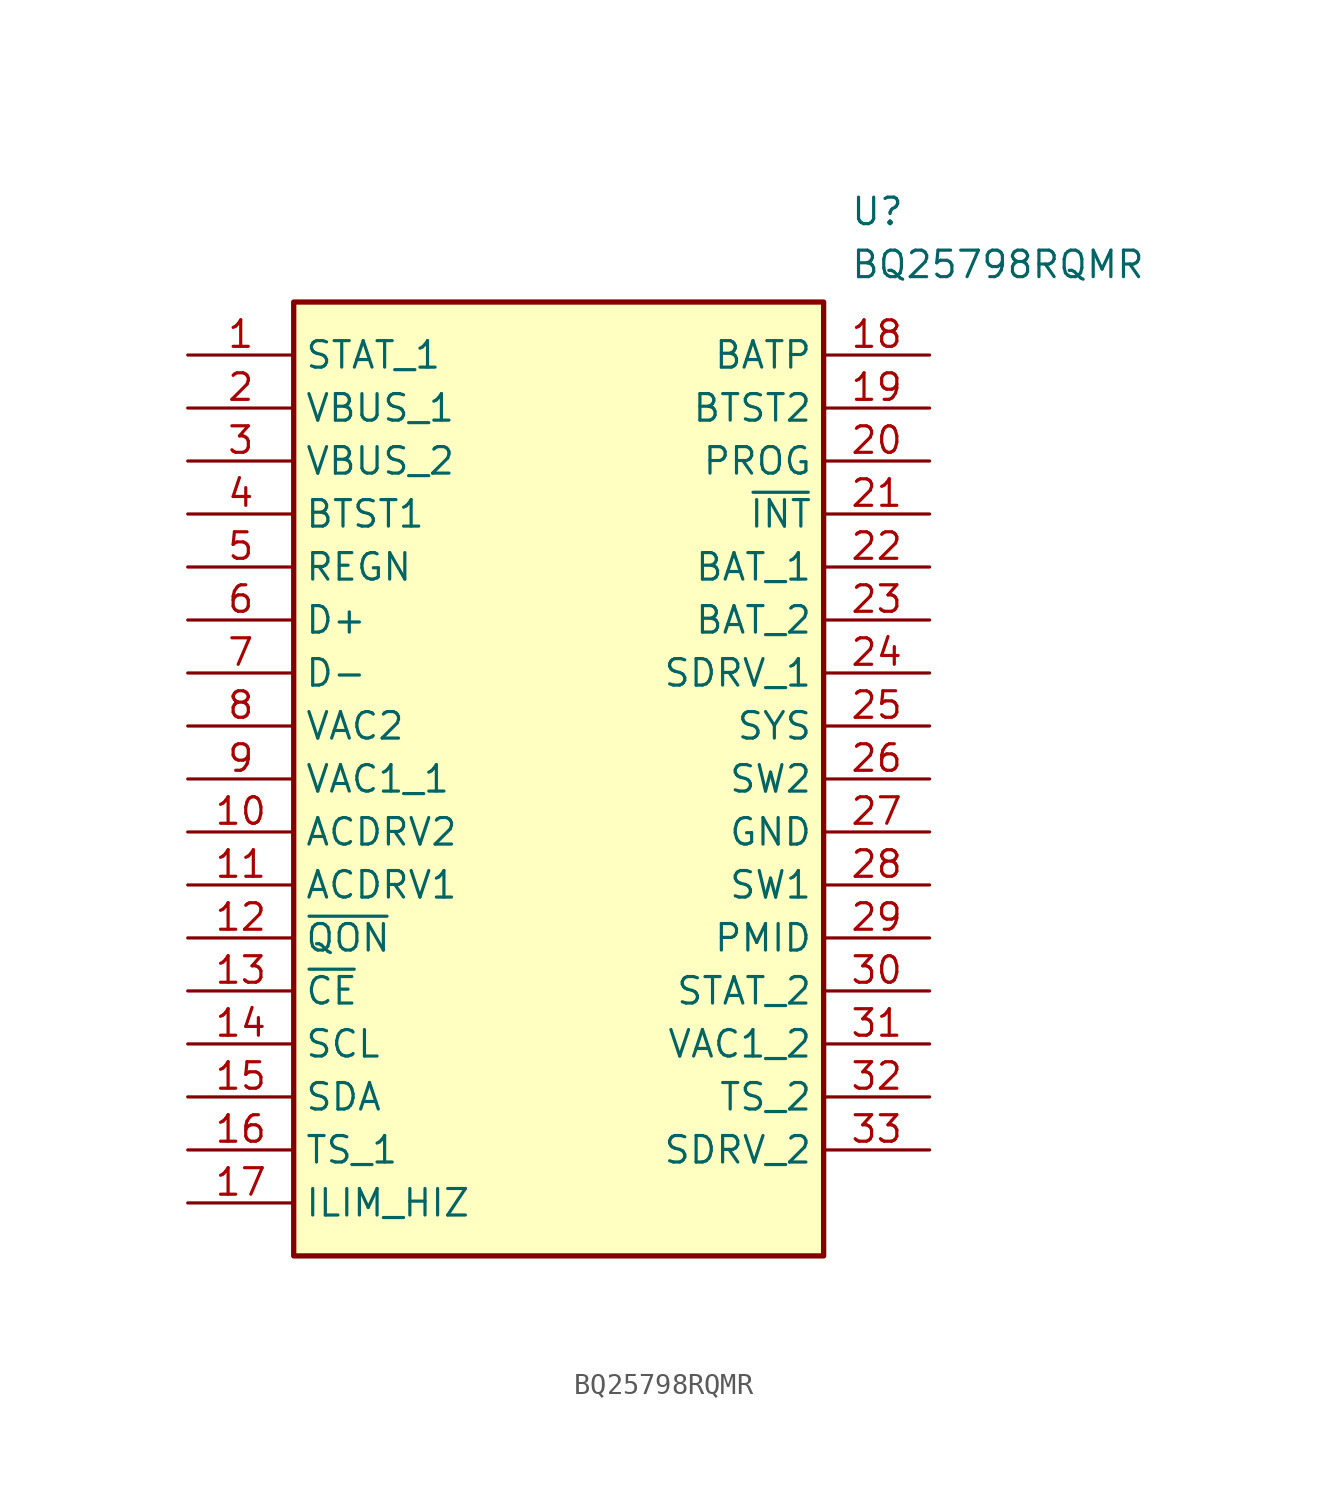
<source format=kicad_sym>
(kicad_symbol_lib
  (version 20241209)
  (generator "kicad_symbol_editor")
  (generator_version "9.0")
  (symbol "BQ25798RQMR"
    (property "Reference" "U"
      (at 31.75 7.62 0)
      (effects (font (size 1.27 1.27)) (justify left top)))
    (property "Value" "BQ25798RQMR"
      (at 31.75 5.08 0)
      (effects (font (size 1.27 1.27)) (justify left top)))
    (symbol "BQ25798RQMR_1_1"
      (rectangle (start 5.08 2.54) (end 30.48 -43.18) (stroke (width 0.254) (type default)) (fill (type background)))
      (pin passive line (at 0 0 0) (length 5.08) (name "STAT_1" (effects (font (size 1.27 1.27)))) (number "1" (effects (font (size 1.27 1.27)))))
      (pin passive line (at 0 -2.54 0) (length 5.08) (name "VBUS_1" (effects (font (size 1.27 1.27)))) (number "2" (effects (font (size 1.27 1.27)))))
      (pin passive line (at 0 -5.08 0) (length 5.08) (name "VBUS_2" (effects (font (size 1.27 1.27)))) (number "3" (effects (font (size 1.27 1.27)))))
      (pin passive line (at 0 -7.62 0) (length 5.08) (name "BTST1" (effects (font (size 1.27 1.27)))) (number "4" (effects (font (size 1.27 1.27)))))
      (pin passive line (at 0 -10.16 0) (length 5.08) (name "REGN" (effects (font (size 1.27 1.27)))) (number "5" (effects (font (size 1.27 1.27)))))
      (pin passive line (at 0 -12.7 0) (length 5.08) (name "D+" (effects (font (size 1.27 1.27)))) (number "6" (effects (font (size 1.27 1.27)))))
      (pin passive line (at 0 -15.24 0) (length 5.08) (name "D-" (effects (font (size 1.27 1.27)))) (number "7" (effects (font (size 1.27 1.27)))))
      (pin passive line (at 0 -17.78 0) (length 5.08) (name "VAC2" (effects (font (size 1.27 1.27)))) (number "8" (effects (font (size 1.27 1.27)))))
      (pin passive line (at 0 -20.32 0) (length 5.08) (name "VAC1_1" (effects (font (size 1.27 1.27)))) (number "9" (effects (font (size 1.27 1.27)))))
      (pin passive line (at 0 -22.86 0) (length 5.08) (name "ACDRV2" (effects (font (size 1.27 1.27)))) (number "10" (effects (font (size 1.27 1.27)))))
      (pin passive line (at 0 -25.4 0) (length 5.08) (name "ACDRV1" (effects (font (size 1.27 1.27)))) (number "11" (effects (font (size 1.27 1.27)))))
      (pin passive line (at 0 -27.94 0) (length 5.08) (name "~{QON}" (effects (font (size 1.27 1.27)))) (number "12" (effects (font (size 1.27 1.27)))))
      (pin passive line (at 0 -30.48 0) (length 5.08) (name "~{CE}" (effects (font (size 1.27 1.27)))) (number "13" (effects (font (size 1.27 1.27)))))
      (pin passive line (at 0 -33.02 0) (length 5.08) (name "SCL" (effects (font (size 1.27 1.27)))) (number "14" (effects (font (size 1.27 1.27)))))
      (pin passive line (at 0 -35.56 0) (length 5.08) (name "SDA" (effects (font (size 1.27 1.27)))) (number "15" (effects (font (size 1.27 1.27)))))
      (pin passive line (at 0 -38.1 0) (length 5.08) (name "TS_1" (effects (font (size 1.27 1.27)))) (number "16" (effects (font (size 1.27 1.27)))))
      (pin passive line (at 0 -40.64 0) (length 5.08) (name "ILIM_HIZ" (effects (font (size 1.27 1.27)))) (number "17" (effects (font (size 1.27 1.27)))))
      (pin passive line (at 35.56 0 180) (length 5.08) (name "BATP" (effects (font (size 1.27 1.27)))) (number "18" (effects (font (size 1.27 1.27)))))
      (pin passive line (at 35.56 -2.54 180) (length 5.08) (name "BTST2" (effects (font (size 1.27 1.27)))) (number "19" (effects (font (size 1.27 1.27)))))
      (pin passive line (at 35.56 -5.08 180) (length 5.08) (name "PROG" (effects (font (size 1.27 1.27)))) (number "20" (effects (font (size 1.27 1.27)))))
      (pin passive line (at 35.56 -7.62 180) (length 5.08) (name "~{INT}" (effects (font (size 1.27 1.27)))) (number "21" (effects (font (size 1.27 1.27)))))
      (pin passive line (at 35.56 -10.16 180) (length 5.08) (name "BAT_1" (effects (font (size 1.27 1.27)))) (number "22" (effects (font (size 1.27 1.27)))))
      (pin passive line (at 35.56 -12.7 180) (length 5.08) (name "BAT_2" (effects (font (size 1.27 1.27)))) (number "23" (effects (font (size 1.27 1.27)))))
      (pin passive line (at 35.56 -15.24 180) (length 5.08) (name "SDRV_1" (effects (font (size 1.27 1.27)))) (number "24" (effects (font (size 1.27 1.27)))))
      (pin passive line (at 35.56 -17.78 180) (length 5.08) (name "SYS" (effects (font (size 1.27 1.27)))) (number "25" (effects (font (size 1.27 1.27)))))
      (pin passive line (at 35.56 -20.32 180) (length 5.08) (name "SW2" (effects (font (size 1.27 1.27)))) (number "26" (effects (font (size 1.27 1.27)))))
      (pin passive line (at 35.56 -22.86 180) (length 5.08) (name "GND" (effects (font (size 1.27 1.27)))) (number "27" (effects (font (size 1.27 1.27)))))
      (pin passive line (at 35.56 -25.4 180) (length 5.08) (name "SW1" (effects (font (size 1.27 1.27)))) (number "28" (effects (font (size 1.27 1.27)))))
      (pin passive line (at 35.56 -27.94 180) (length 5.08) (name "PMID" (effects (font (size 1.27 1.27)))) (number "29" (effects (font (size 1.27 1.27)))))
      (pin passive line (at 35.56 -30.48 180) (length 5.08) (name "STAT_2" (effects (font (size 1.27 1.27)))) (number "30" (effects (font (size 1.27 1.27)))))
      (pin passive line (at 35.56 -33.02 180) (length 5.08) (name "VAC1_2" (effects (font (size 1.27 1.27)))) (number "31" (effects (font (size 1.27 1.27)))))
      (pin passive line (at 35.56 -35.56 180) (length 5.08) (name "TS_2" (effects (font (size 1.27 1.27)))) (number "32" (effects (font (size 1.27 1.27)))))
      (pin passive line (at 35.56 -38.1 180) (length 5.08) (name "SDRV_2" (effects (font (size 1.27 1.27)))) (number "33" (effects (font (size 1.27 1.27))))))))
</source>
